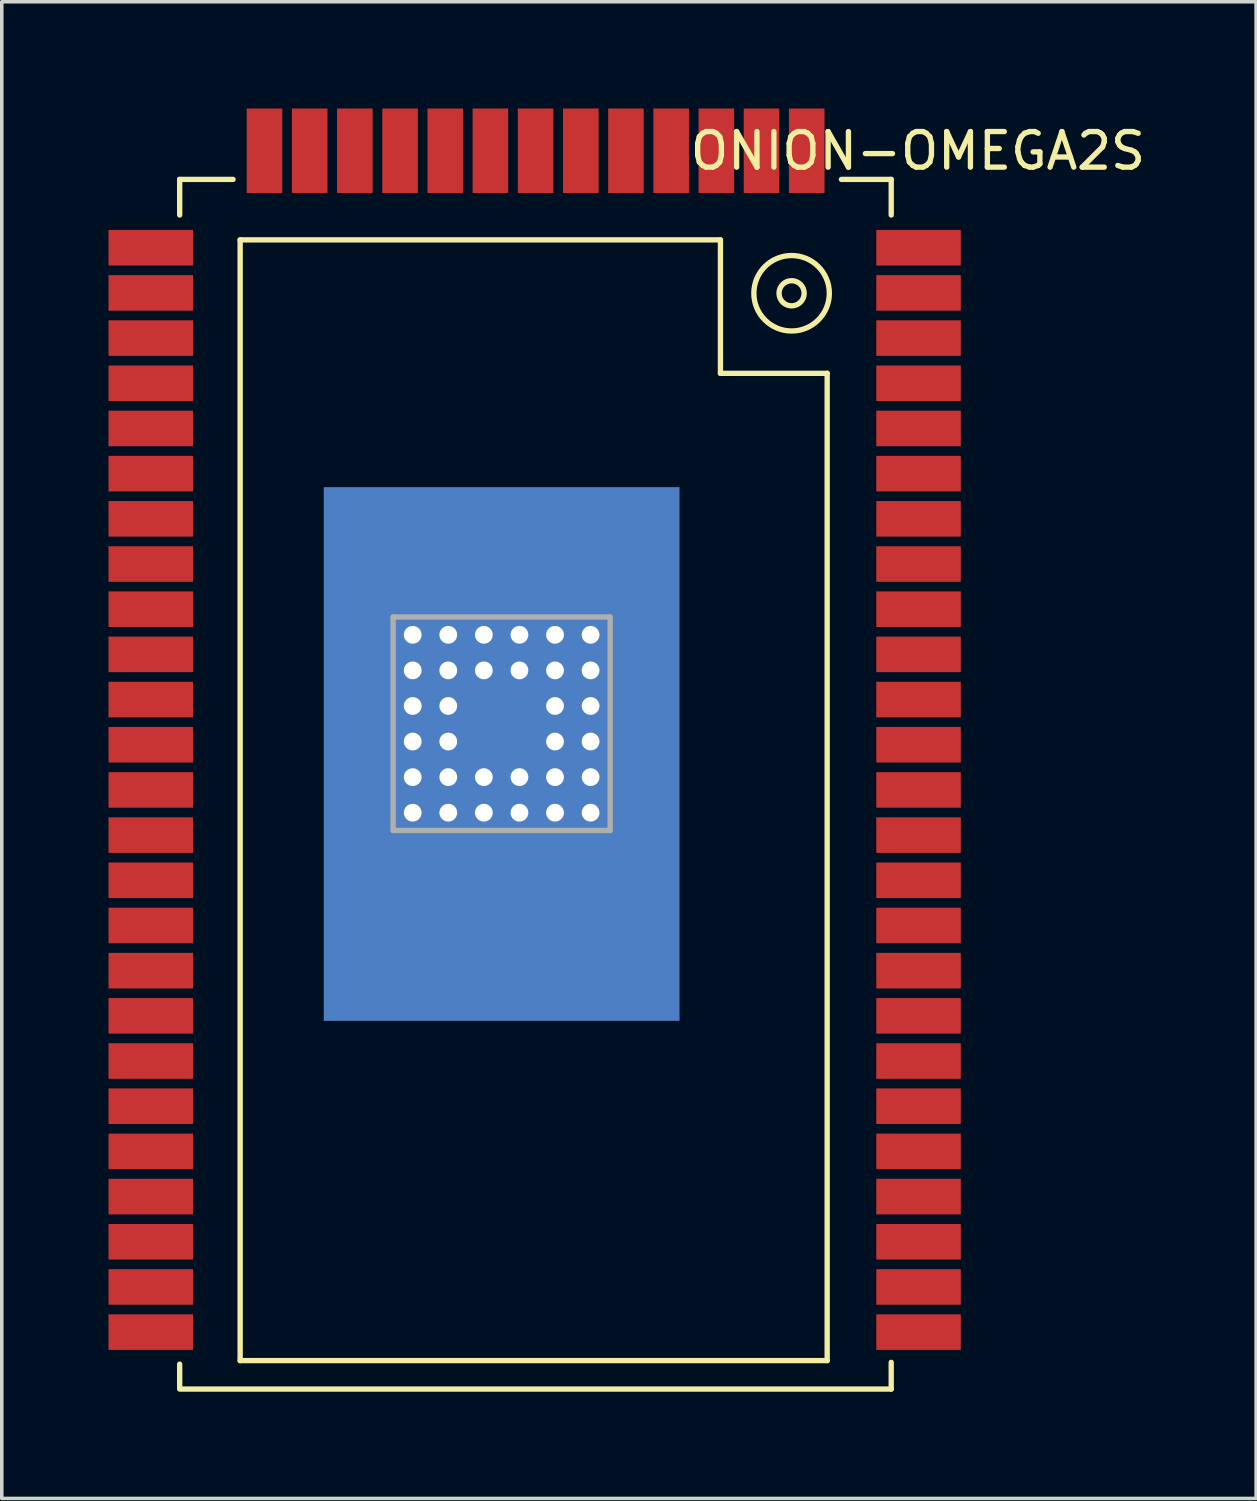
<source format=kicad_pcb>
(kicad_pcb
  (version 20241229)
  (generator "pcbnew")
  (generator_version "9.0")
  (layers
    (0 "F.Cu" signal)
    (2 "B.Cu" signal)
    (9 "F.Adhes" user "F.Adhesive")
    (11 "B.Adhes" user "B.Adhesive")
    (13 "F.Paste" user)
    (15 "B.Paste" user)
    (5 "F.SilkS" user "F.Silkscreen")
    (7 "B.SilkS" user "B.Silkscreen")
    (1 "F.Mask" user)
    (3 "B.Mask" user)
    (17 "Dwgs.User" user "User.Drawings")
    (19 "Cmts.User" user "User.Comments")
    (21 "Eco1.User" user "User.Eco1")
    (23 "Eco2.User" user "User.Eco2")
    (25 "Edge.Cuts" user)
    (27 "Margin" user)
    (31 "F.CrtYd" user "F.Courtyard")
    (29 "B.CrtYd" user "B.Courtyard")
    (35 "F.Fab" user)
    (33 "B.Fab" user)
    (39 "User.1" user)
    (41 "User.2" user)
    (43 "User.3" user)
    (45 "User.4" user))
  (footprint "ONION-OMEGA2S"
    (layer "F.Cu")
    (at 14.2 21.693)
    (property "Reference" "ONION-OMEGA2S" (at 8.55 -20.5 0) (layer "F.SilkS") (effects (font (size 1 1) (thickness 0.15))))
    (attr through_hole)
    (fp_line (start -12.2 -19.7) (end -12.2 -18.7) (stroke (width 0.15) (type solid)) (layer "F.SilkS"))
    (fp_line (start -12.2 -19.7) (end -10.7 -19.7) (stroke (width 0.15) (type solid)) (layer "F.SilkS"))
    (fp_line (start -12.2 14.25) (end -12.2 13.6) (stroke (width 0.15) (type solid)) (layer "F.SilkS"))
    (fp_line (start -12.2 14.3) (end 7.8 14.3) (stroke (width 0.15) (type solid)) (layer "F.SilkS"))
    (fp_line (start -10.5 -18) (end -10.5 13.5) (stroke (width 0.15) (type solid)) (layer "F.SilkS"))
    (fp_line (start -10.5 -18) (end 3 -18) (stroke (width 0.15) (type solid)) (layer "F.SilkS"))
    (fp_line (start -10.5 13.5) (end 6 13.5) (stroke (width 0.15) (type solid)) (layer "F.SilkS"))
    (fp_line (start 3 -18) (end 3 -14.25) (stroke (width 0.15) (type solid)) (layer "F.SilkS"))
    (fp_line (start 6 -14.25) (end 3 -14.25) (stroke (width 0.15) (type solid)) (layer "F.SilkS"))
    (fp_line (start 6 13.5) (end 6 -14.25) (stroke (width 0.15) (type solid)) (layer "F.SilkS"))
    (fp_line (start 7.8 -19.7) (end 6.4 -19.7) (stroke (width 0.15) (type solid)) (layer "F.SilkS"))
    (fp_line (start 7.8 -19.7) (end 7.8 -18.7) (stroke (width 0.15) (type solid)) (layer "F.SilkS"))
    (fp_line (start 7.8 14.3) (end 7.8 13.55) (stroke (width 0.15) (type solid)) (layer "F.SilkS"))
    (fp_circle (center 5 -16.5) (end 5.25 -16.75) (stroke (width 0.15) (type solid)) (fill no) (layer "F.SilkS"))
    (fp_circle (center 5 -16.5) (end 5.75 -17.25) (stroke (width 0.15) (type solid)) (fill no) (layer "F.SilkS"))
    (fp_line (start -6.2 -7.4) (end -6.2 -1.4) (stroke (width 0.15) (type solid)) (layer "F.Fab"))
    (fp_line (start -6.2 -7.4) (end -0.1 -7.4) (stroke (width 0.15) (type solid)) (layer "F.Fab"))
    (fp_line (start -6.2 -1.4) (end -0.1 -1.4) (stroke (width 0.15) (type solid)) (layer "F.Fab"))
    (fp_line (start -0.1 -7.4) (end -0.1 -1.4) (stroke (width 0.15) (type solid)) (layer "F.Fab"))
    (pad "" thru_hole rect (at -5.65 -6.9) (size 1.1 1.1) (drill 0.5) (layers "*.Cu" "*.Mask"))
    (pad "" thru_hole rect (at -5.65 -5.9) (size 1.1 1.1) (drill 0.5) (layers "*.Cu" "*.Mask"))
    (pad "" thru_hole rect (at -5.65 -4.9) (size 1.1 1.1) (drill 0.5) (layers "*.Cu" "*.Mask"))
    (pad "" thru_hole rect (at -5.65 -3.9) (size 1.1 1.1) (drill 0.5) (layers "*.Cu" "*.Mask"))
    (pad "" thru_hole rect (at -5.65 -2.9) (size 1.1 1.1) (drill 0.5) (layers "*.Cu" "*.Mask"))
    (pad "" thru_hole rect (at -5.65 -1.9) (size 1.1 1.1) (drill 0.5) (layers "*.Cu" "*.Mask"))
    (pad "" thru_hole rect (at -4.65 -6.9) (size 1.1 1.1) (drill 0.5) (layers "*.Cu" "*.Mask"))
    (pad "" thru_hole rect (at -4.65 -5.9) (size 1.1 1.1) (drill 0.5) (layers "*.Cu" "*.Mask"))
    (pad "" thru_hole rect (at -4.65 -4.9) (size 1.1 1.1) (drill 0.5) (layers "*.Cu" "*.Mask"))
    (pad "" thru_hole rect (at -4.65 -3.9) (size 1.1 1.1) (drill 0.5) (layers "*.Cu" "*.Mask"))
    (pad "" thru_hole rect (at -4.65 -2.9) (size 1.1 1.1) (drill 0.5) (layers "*.Cu" "*.Mask"))
    (pad "" thru_hole rect (at -4.65 -1.9) (size 1.1 1.1) (drill 0.5) (layers "*.Cu" "*.Mask"))
    (pad "" thru_hole rect (at -3.65 -6.9) (size 1.1 1.1) (drill 0.5) (layers "*.Cu" "*.Mask"))
    (pad "" thru_hole rect (at -3.65 -5.9) (size 1.1 1.1) (drill 0.5) (layers "*.Cu" "*.Mask"))
    (pad "" thru_hole rect (at -3.65 -2.9) (size 1.1 1.1) (drill 0.5) (layers "*.Cu" "*.Mask"))
    (pad "" thru_hole rect (at -3.65 -1.9) (size 1.1 1.1) (drill 0.5) (layers "*.Cu" "*.Mask"))
    (pad "" thru_hole rect (at -2.65 -6.9) (size 1.1 1.1) (drill 0.5) (layers "*.Cu" "*.Mask"))
    (pad "" thru_hole rect (at -2.65 -5.9) (size 1.1 1.1) (drill 0.5) (layers "*.Cu" "*.Mask"))
    (pad "" thru_hole rect (at -2.65 -2.9) (size 1.1 1.1) (drill 0.5) (layers "*.Cu" "*.Mask"))
    (pad "" thru_hole rect (at -2.65 -1.9) (size 1.1 1.1) (drill 0.5) (layers "*.Cu" "*.Mask"))
    (pad "" thru_hole rect (at -1.65 -6.9) (size 1.1 1.1) (drill 0.5) (layers "*.Cu" "*.Mask"))
    (pad "" thru_hole rect (at -1.65 -5.9) (size 1.1 1.1) (drill 0.5) (layers "*.Cu" "*.Mask"))
    (pad "" thru_hole rect (at -1.65 -4.9) (size 1.1 1.1) (drill 0.5) (layers "*.Cu" "*.Mask"))
    (pad "" thru_hole rect (at -1.65 -3.9) (size 1.1 1.1) (drill 0.5) (layers "*.Cu" "*.Mask"))
    (pad "" thru_hole rect (at -1.65 -2.9) (size 1.1 1.1) (drill 0.5) (layers "*.Cu" "*.Mask"))
    (pad "" thru_hole rect (at -1.65 -1.9) (size 1.1 1.1) (drill 0.5) (layers "*.Cu" "*.Mask"))
    (pad "" thru_hole rect (at -0.65 -6.9) (size 1.1 1.1) (drill 0.5) (layers "*.Cu" "*.Mask"))
    (pad "" thru_hole rect (at -0.65 -5.9) (size 1.1 1.1) (drill 0.5) (layers "*.Cu" "*.Mask"))
    (pad "" thru_hole rect (at -0.65 -4.9) (size 1.1 1.1) (drill 0.5) (layers "*.Cu" "*.Mask"))
    (pad "" thru_hole rect (at -0.65 -3.9) (size 1.1 1.1) (drill 0.5) (layers "*.Cu" "*.Mask"))
    (pad "" thru_hole rect (at -0.65 -2.9) (size 1.1 1.1) (drill 0.5) (layers "*.Cu" "*.Mask"))
    (pad "" thru_hole rect (at -0.65 -1.9) (size 1.1 1.1) (drill 0.5) (layers "*.Cu" "*.Mask"))
    (pad "3" smd rect (at -3.15 -3.55) (size 10 15) (layers "B.Cu" "B.Mask" "B.Paste"))
    (pad "A1" smd rect (at 5.425 -20.506 90) (size 2.375 1) (layers "F.Cu" "F.Mask" "F.Paste"))
    (pad "A2" smd rect (at 4.154 -20.506 90) (size 2.375 1) (layers "F.Cu" "F.Mask" "F.Paste"))
    (pad "A3" smd rect (at 2.885 -20.506 90) (size 2.375 1) (layers "F.Cu" "F.Mask" "F.Paste"))
    (pad "A4" smd rect (at 1.615 -20.506 90) (size 2.375 1) (layers "F.Cu" "F.Mask" "F.Paste"))
    (pad "A5" smd rect (at 0.344 -20.506 90) (size 2.375 1) (layers "F.Cu" "F.Mask" "F.Paste"))
    (pad "A6" smd rect (at -0.925 -20.506 90) (size 2.375 1) (layers "F.Cu" "F.Mask" "F.Paste"))
    (pad "A7" smd rect (at -2.196 -20.506 90) (size 2.375 1) (layers "F.Cu" "F.Mask" "F.Paste"))
    (pad "A8" smd rect (at -3.466 -20.506 90) (size 2.375 1) (layers "F.Cu" "F.Mask" "F.Paste"))
    (pad "A9" smd rect (at -4.736 -20.506 90) (size 2.375 1) (layers "F.Cu" "F.Mask" "F.Paste"))
    (pad "A10" smd rect (at -6.005 -20.506 90) (size 2.375 1) (layers "F.Cu" "F.Mask" "F.Paste"))
    (pad "A11" smd rect (at -7.276 -20.506 90) (size 2.375 1) (layers "F.Cu" "F.Mask" "F.Paste"))
    (pad "A12" smd rect (at -8.546 -20.506 90) (size 2.375 1) (layers "F.Cu" "F.Mask" "F.Paste"))
    (pad "A13" smd rect (at -9.816 -20.506 90) (size 2.375 1) (layers "F.Cu" "F.Mask" "F.Paste"))
    (pad "B1" smd rect (at -13.012 -17.78) (size 2.375 1) (layers "F.Cu" "F.Mask" "F.Paste"))
    (pad "B2" smd rect (at -13.012 -16.51) (size 2.375 1) (layers "F.Cu" "F.Mask" "F.Paste"))
    (pad "B3" smd rect (at -13.012 -15.24) (size 2.375 1) (layers "F.Cu" "F.Mask" "F.Paste"))
    (pad "B4" smd rect (at -13.012 -13.97) (size 2.375 1) (layers "F.Cu" "F.Mask" "F.Paste"))
    (pad "B5" smd rect (at -13.012 -12.7) (size 2.375 1) (layers "F.Cu" "F.Mask" "F.Paste"))
    (pad "B6" smd rect (at -13.012 -11.43) (size 2.375 1) (layers "F.Cu" "F.Mask" "F.Paste"))
    (pad "B7" smd rect (at -13.012 -10.16) (size 2.375 1) (layers "F.Cu" "F.Mask" "F.Paste"))
    (pad "B8" smd rect (at -13.012 -8.89) (size 2.375 1) (layers "F.Cu" "F.Mask" "F.Paste"))
    (pad "B9" smd rect (at -13.012 -7.62) (size 2.375 1) (layers "F.Cu" "F.Mask" "F.Paste"))
    (pad "B10" smd rect (at -13.012 -6.35) (size 2.375 1) (layers "F.Cu" "F.Mask" "F.Paste"))
    (pad "B11" smd rect (at -13.012 -5.08) (size 2.375 1) (layers "F.Cu" "F.Mask" "F.Paste"))
    (pad "B12" smd rect (at -13.012 -3.81) (size 2.375 1) (layers "F.Cu" "F.Mask" "F.Paste"))
    (pad "B13" smd rect (at -13.012 -2.54) (size 2.375 1) (layers "F.Cu" "F.Mask" "F.Paste"))
    (pad "B14" smd rect (at -13.012 -1.27) (size 2.375 1) (layers "F.Cu" "F.Mask" "F.Paste"))
    (pad "B15" smd rect (at -13.012 0) (size 2.375 1) (layers "F.Cu" "F.Mask" "F.Paste"))
    (pad "B16" smd rect (at -13.012 1.27) (size 2.375 1) (layers "F.Cu" "F.Mask" "F.Paste"))
    (pad "B17" smd rect (at -13.012 2.54) (size 2.375 1) (layers "F.Cu" "F.Mask" "F.Paste"))
    (pad "B18" smd rect (at -13.012 3.81) (size 2.375 1) (layers "F.Cu" "F.Mask" "F.Paste"))
    (pad "B19" smd rect (at -13.012 5.08) (size 2.375 1) (layers "F.Cu" "F.Mask" "F.Paste"))
    (pad "B20" smd rect (at -13.012 6.35) (size 2.375 1) (layers "F.Cu" "F.Mask" "F.Paste"))
    (pad "B21" smd rect (at -13.012 7.62) (size 2.375 1) (layers "F.Cu" "F.Mask" "F.Paste"))
    (pad "B22" smd rect (at -13.012 8.89) (size 2.375 1) (layers "F.Cu" "F.Mask" "F.Paste"))
    (pad "B23" smd rect (at -13.012 10.16) (size 2.375 1) (layers "F.Cu" "F.Mask" "F.Paste"))
    (pad "B24" smd rect (at -13.012 11.43) (size 2.375 1) (layers "F.Cu" "F.Mask" "F.Paste"))
    (pad "B25" smd rect (at -13.012 12.7) (size 2.375 1) (layers "F.Cu" "F.Mask" "F.Paste"))
    (pad "C1" smd rect (at 8.568 -17.78) (size 2.375 1) (layers "F.Cu" "F.Mask" "F.Paste"))
    (pad "C2" smd rect (at 8.568 -16.51) (size 2.375 1) (layers "F.Cu" "F.Mask" "F.Paste"))
    (pad "C3" smd rect (at 8.568 -15.24) (size 2.375 1) (layers "F.Cu" "F.Mask" "F.Paste"))
    (pad "C4" smd rect (at 8.568 -13.97) (size 2.375 1) (layers "F.Cu" "F.Mask" "F.Paste"))
    (pad "C5" smd rect (at 8.568 -12.7) (size 2.375 1) (layers "F.Cu" "F.Mask" "F.Paste"))
    (pad "C6" smd rect (at 8.568 -11.43) (size 2.375 1) (layers "F.Cu" "F.Mask" "F.Paste"))
    (pad "C7" smd rect (at 8.568 -10.16) (size 2.375 1) (layers "F.Cu" "F.Mask" "F.Paste"))
    (pad "C8" smd rect (at 8.568 -8.89) (size 2.375 1) (layers "F.Cu" "F.Mask" "F.Paste"))
    (pad "C9" smd rect (at 8.568 -7.62) (size 2.375 1) (layers "F.Cu" "F.Mask" "F.Paste"))
    (pad "C10" smd rect (at 8.568 -6.35) (size 2.375 1) (layers "F.Cu" "F.Mask" "F.Paste"))
    (pad "C11" smd rect (at 8.568 -5.08) (size 2.375 1) (layers "F.Cu" "F.Mask" "F.Paste"))
    (pad "C12" smd rect (at 8.568 -3.81) (size 2.375 1) (layers "F.Cu" "F.Mask" "F.Paste"))
    (pad "C13" smd rect (at 8.568 -2.54) (size 2.375 1) (layers "F.Cu" "F.Mask" "F.Paste"))
    (pad "C14" smd rect (at 8.568 -1.27) (size 2.375 1) (layers "F.Cu" "F.Mask" "F.Paste"))
    (pad "C15" smd rect (at 8.568 0) (size 2.375 1) (layers "F.Cu" "F.Mask" "F.Paste"))
    (pad "C16" smd rect (at 8.568 1.27) (size 2.375 1) (layers "F.Cu" "F.Mask" "F.Paste"))
    (pad "C17" smd rect (at 8.568 2.54) (size 2.375 1) (layers "F.Cu" "F.Mask" "F.Paste"))
    (pad "C18" smd rect (at 8.568 3.81) (size 2.375 1) (layers "F.Cu" "F.Mask" "F.Paste"))
    (pad "C19" smd rect (at 8.568 5.08) (size 2.375 1) (layers "F.Cu" "F.Mask" "F.Paste"))
    (pad "C20" smd rect (at 8.568 6.35) (size 2.375 1) (layers "F.Cu" "F.Mask" "F.Paste"))
    (pad "C21" smd rect (at 8.568 7.62) (size 2.375 1) (layers "F.Cu" "F.Mask" "F.Paste"))
    (pad "C22" smd rect (at 8.568 8.89) (size 2.375 1) (layers "F.Cu" "F.Mask" "F.Paste"))
    (pad "C23" smd rect (at 8.568 10.16) (size 2.375 1) (layers "F.Cu" "F.Mask" "F.Paste"))
    (pad "C24" smd rect (at 8.568 11.43) (size 2.375 1) (layers "F.Cu" "F.Mask" "F.Paste"))
    (pad "C25" smd rect (at 8.568 12.7) (size 2.375 1) (layers "F.Cu" "F.Mask" "F.Paste")))
  (gr_rect
    (start -3 -3)
    (end 32.256 39.068)
    (stroke (width 0.1) (type default))
    (fill no)
    (layer "Edge.Cuts")))
</source>
